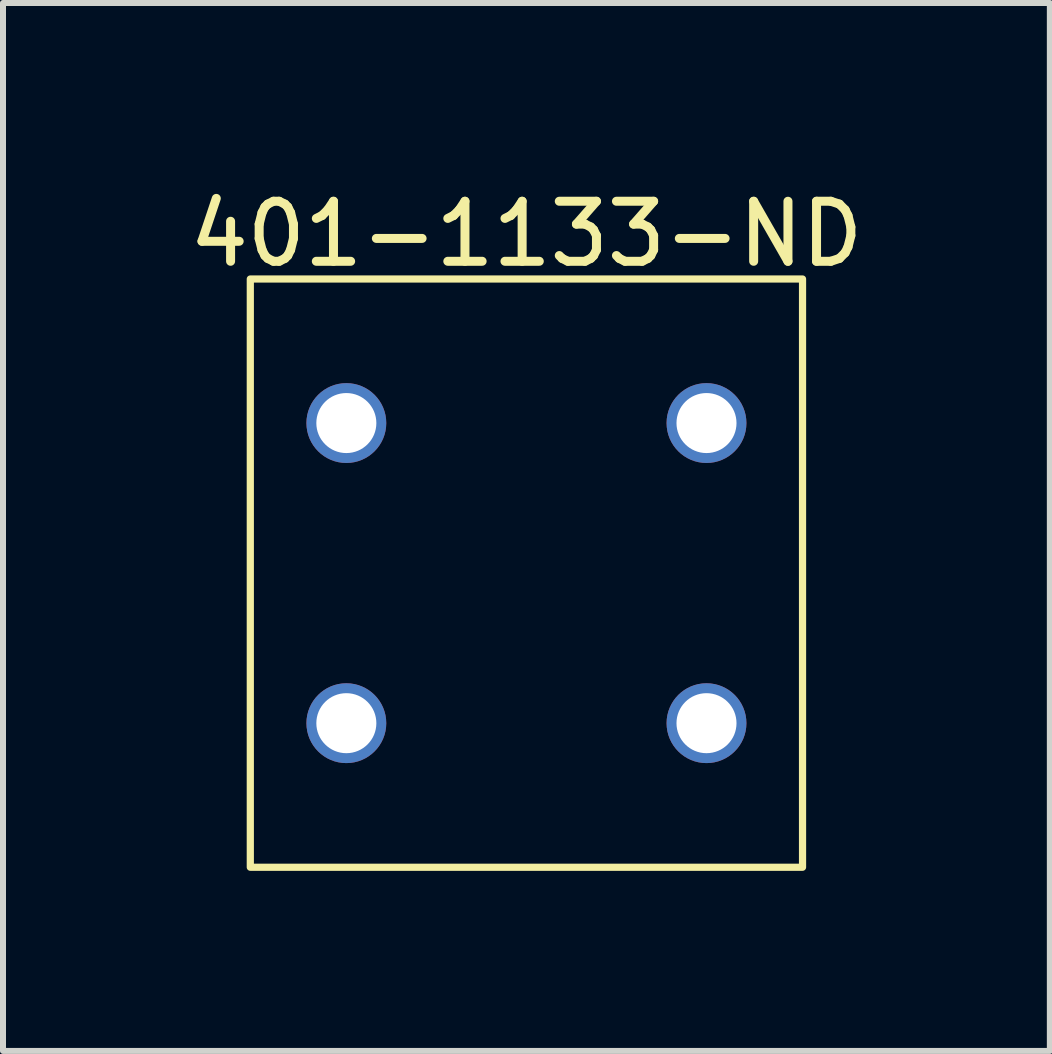
<source format=kicad_pcb>
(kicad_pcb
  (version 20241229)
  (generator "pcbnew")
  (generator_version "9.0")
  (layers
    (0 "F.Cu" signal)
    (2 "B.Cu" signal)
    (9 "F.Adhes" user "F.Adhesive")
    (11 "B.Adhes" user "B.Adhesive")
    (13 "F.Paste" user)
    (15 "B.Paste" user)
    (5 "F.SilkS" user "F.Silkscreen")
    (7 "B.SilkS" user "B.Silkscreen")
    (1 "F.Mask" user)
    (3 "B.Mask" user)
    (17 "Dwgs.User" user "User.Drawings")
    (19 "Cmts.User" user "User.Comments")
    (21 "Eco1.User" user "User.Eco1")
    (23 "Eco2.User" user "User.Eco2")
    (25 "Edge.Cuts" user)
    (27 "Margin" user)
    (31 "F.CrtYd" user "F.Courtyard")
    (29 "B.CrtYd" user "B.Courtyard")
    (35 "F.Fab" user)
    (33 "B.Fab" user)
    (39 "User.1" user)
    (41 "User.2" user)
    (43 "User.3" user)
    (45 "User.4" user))
  (footprint "401-1133-ND"
    (layer "F.Cu")
    (at 2.72 3.998)
    (property "Reference" "401-1133-ND" (at 3 -3.15 0) (unlocked yes) (layer "F.SilkS") (effects (font (size 1 1) (thickness 0.15))))
    (attr through_hole)
    (fp_rect (start -1.6 -2.4) (end 7.6 7.4) (stroke (width 0.12) (type default)) (fill no) (layer "F.SilkS"))
    (pad "1" thru_hole circle (at 0 5 90) (size 1.33 1.33) (drill 1) (layers "*.Cu" "*.Mask"))
    (pad "2" thru_hole circle (at 0 0 90) (size 1.33 1.33) (drill 1) (layers "*.Cu" "*.Mask"))
    (pad "3" thru_hole circle (at 6 5 90) (size 1.33 1.33) (drill 1) (layers "*.Cu" "*.Mask"))
    (pad "4" thru_hole circle (at 6 0 90) (size 1.33 1.33) (drill 1) (layers "*.Cu" "*.Mask")))
  (gr_rect
    (start -3 -3)
    (end 14.44 14.458)
    (stroke (width 0.1) (type default))
    (fill no)
    (layer "Edge.Cuts")))
</source>
